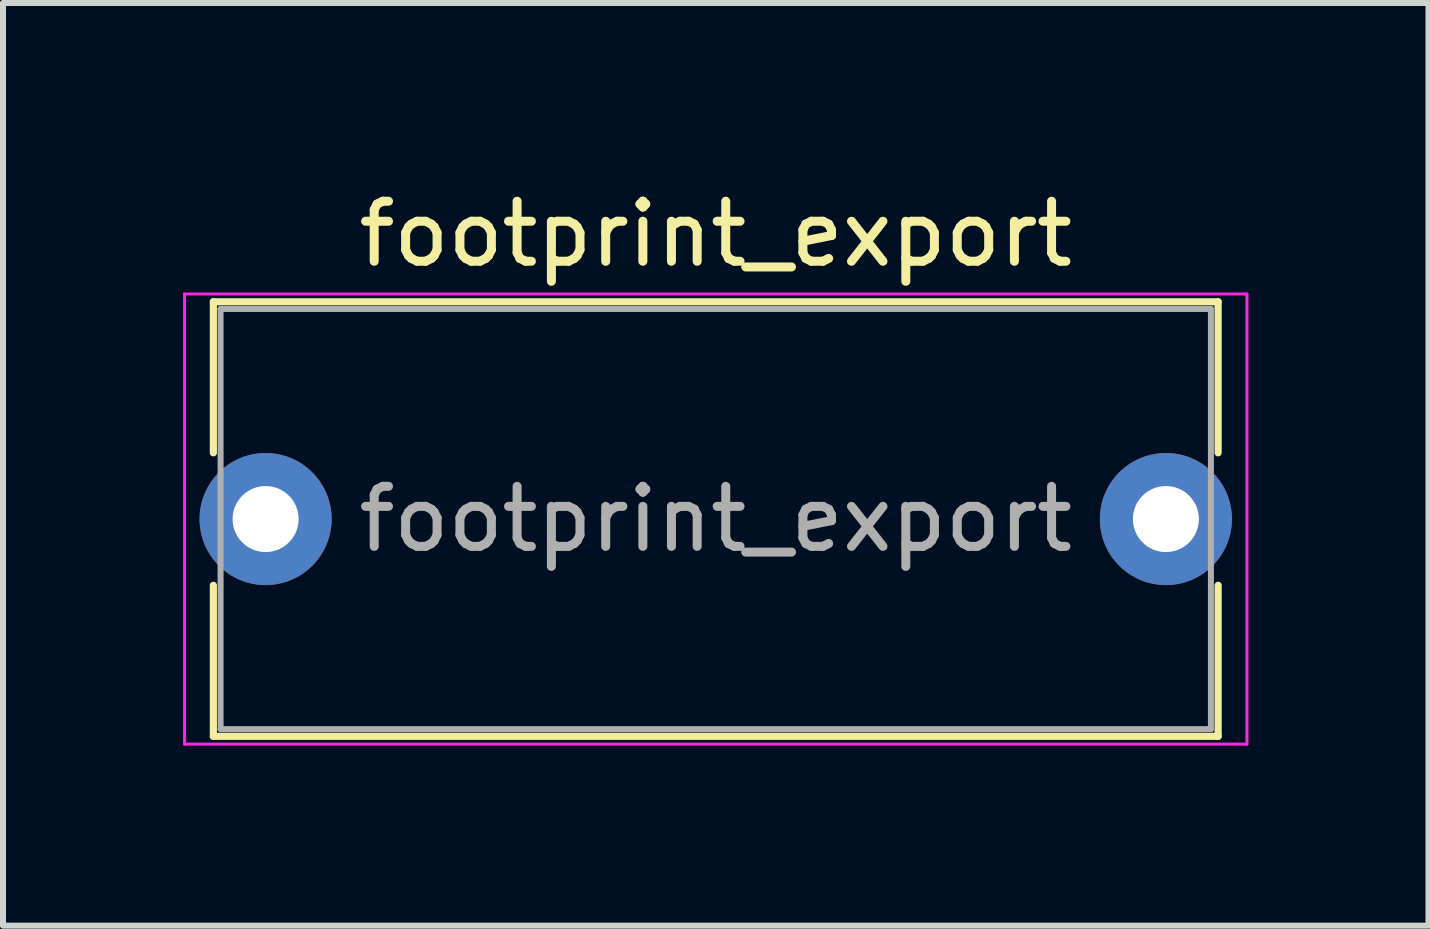
<source format=kicad_pcb>
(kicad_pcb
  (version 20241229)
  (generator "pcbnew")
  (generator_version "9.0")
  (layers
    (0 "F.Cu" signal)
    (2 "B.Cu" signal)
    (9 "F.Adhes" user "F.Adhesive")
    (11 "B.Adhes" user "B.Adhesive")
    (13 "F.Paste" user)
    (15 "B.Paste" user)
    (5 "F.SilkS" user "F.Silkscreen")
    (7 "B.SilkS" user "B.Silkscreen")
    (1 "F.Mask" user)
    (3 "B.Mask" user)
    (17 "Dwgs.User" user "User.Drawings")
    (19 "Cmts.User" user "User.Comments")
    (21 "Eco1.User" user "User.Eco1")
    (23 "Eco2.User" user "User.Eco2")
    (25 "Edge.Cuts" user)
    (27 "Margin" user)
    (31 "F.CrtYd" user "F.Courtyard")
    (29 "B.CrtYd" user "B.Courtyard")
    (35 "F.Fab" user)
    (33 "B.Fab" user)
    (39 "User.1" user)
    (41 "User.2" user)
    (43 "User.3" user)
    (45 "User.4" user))
  (footprint "footprint_export"
    (layer "F.Cu")
    (at 1.375 5.598)
    (property "Reference" "footprint_export" (at 7.5 -4.75 0) (layer "F.SilkS") (effects (font (size 1 1) (thickness 0.15))))
    (attr through_hole)
    (fp_line (start -0.87 -3.62) (end -0.87 -1.104) (stroke (width 0.12) (type solid)) (layer "F.SilkS"))
    (fp_line (start -0.87 -3.62) (end 15.87 -3.62) (stroke (width 0.12) (type solid)) (layer "F.SilkS"))
    (fp_line (start -0.87 1.104) (end -0.87 3.62) (stroke (width 0.12) (type solid)) (layer "F.SilkS"))
    (fp_line (start -0.87 3.62) (end 15.87 3.62) (stroke (width 0.12) (type solid)) (layer "F.SilkS"))
    (fp_line (start 15.87 -3.62) (end 15.87 -1.104) (stroke (width 0.12) (type solid)) (layer "F.SilkS"))
    (fp_line (start 15.87 1.104) (end 15.87 3.62) (stroke (width 0.12) (type solid)) (layer "F.SilkS"))
    (fp_line (start -1.35 -3.75) (end -1.35 3.75) (stroke (width 0.05) (type solid)) (layer "F.CrtYd"))
    (fp_line (start -1.35 3.75) (end 16.35 3.75) (stroke (width 0.05) (type solid)) (layer "F.CrtYd"))
    (fp_line (start 16.35 -3.75) (end -1.35 -3.75) (stroke (width 0.05) (type solid)) (layer "F.CrtYd"))
    (fp_line (start 16.35 3.75) (end 16.35 -3.75) (stroke (width 0.05) (type solid)) (layer "F.CrtYd"))
    (fp_line (start -0.75 -3.5) (end -0.75 3.5) (stroke (width 0.1) (type solid)) (layer "F.Fab"))
    (fp_line (start -0.75 3.5) (end 15.75 3.5) (stroke (width 0.1) (type solid)) (layer "F.Fab"))
    (fp_line (start 15.75 -3.5) (end -0.75 -3.5) (stroke (width 0.1) (type solid)) (layer "F.Fab"))
    (fp_line (start 15.75 3.5) (end 15.75 -3.5) (stroke (width 0.1) (type solid)) (layer "F.Fab"))
    (fp_text user "${REFERENCE}" (at 7.5 0 0) (layer "F.Fab") (effects (font (size 1 1) (thickness 0.15))))
    (pad "1" thru_hole circle (at 0 0) (size 2.2 2.2) (drill 1.1) (layers "*.Cu" "*.Mask"))
    (pad "2" thru_hole circle (at 15 0) (size 2.2 2.2) (drill 1.1) (layers "*.Cu" "*.Mask")))
  (gr_rect
    (start -3 -3)
    (end 20.75 12.373)
    (stroke (width 0.1) (type default))
    (fill no)
    (layer "Edge.Cuts")))
</source>
